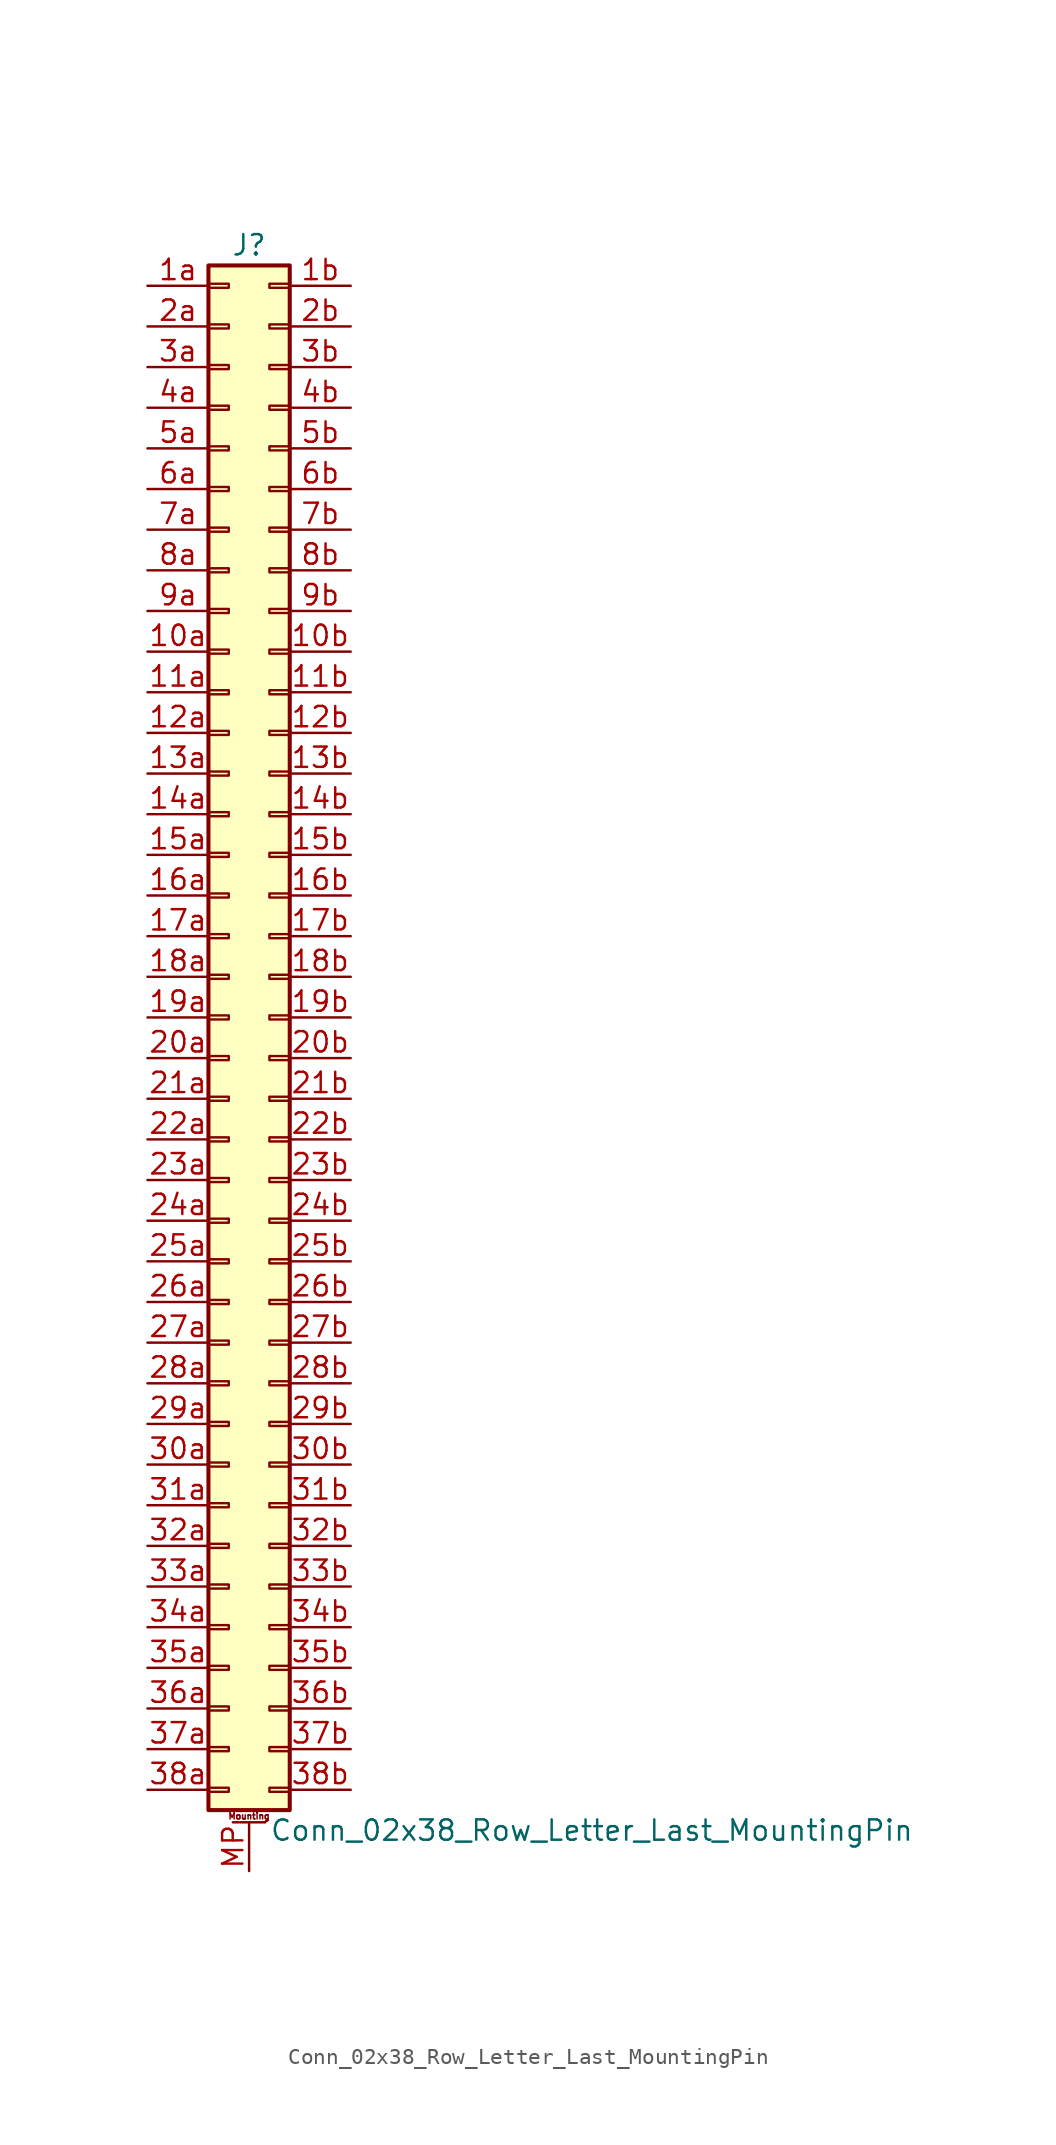
<source format=kicad_sym>
(kicad_symbol_lib
  (version 20211014)
  (generator kicad_symbol_editor)
  (symbol "Conn_02x38_Row_Letter_Last_MountingPin"
    (pin_names
      (offset 1.016) hide)
    (property "Reference" "J"
      (at 1.27 48.26 0)
      (effects (font (size 1.27 1.27))))
    (property "Value" "Conn_02x38_Row_Letter_Last_MountingPin"
      (at 2.54 -50.8 0)
      (effects (font (size 1.27 1.27)) (justify left)))
    (symbol "Conn_02x38_Row_Letter_Last_MountingPin_1_1"
      (rectangle (start -1.27 -48.133) (end 0 -48.387) (stroke (width 0.152) (type default) (color 0 0 0 0)) (fill (type none)))
      (rectangle (start -1.27 -45.593) (end 0 -45.847) (stroke (width 0.152) (type default) (color 0 0 0 0)) (fill (type none)))
      (rectangle (start -1.27 -43.053) (end 0 -43.307) (stroke (width 0.152) (type default) (color 0 0 0 0)) (fill (type none)))
      (rectangle (start -1.27 -40.513) (end 0 -40.767) (stroke (width 0.152) (type default) (color 0 0 0 0)) (fill (type none)))
      (rectangle (start -1.27 -37.973) (end 0 -38.227) (stroke (width 0.152) (type default) (color 0 0 0 0)) (fill (type none)))
      (rectangle (start -1.27 -35.433) (end 0 -35.687) (stroke (width 0.152) (type default) (color 0 0 0 0)) (fill (type none)))
      (rectangle (start -1.27 -32.893) (end 0 -33.147) (stroke (width 0.152) (type default) (color 0 0 0 0)) (fill (type none)))
      (rectangle (start -1.27 -30.353) (end 0 -30.607) (stroke (width 0.152) (type default) (color 0 0 0 0)) (fill (type none)))
      (rectangle (start -1.27 -27.813) (end 0 -28.067) (stroke (width 0.152) (type default) (color 0 0 0 0)) (fill (type none)))
      (rectangle (start -1.27 -25.273) (end 0 -25.527) (stroke (width 0.152) (type default) (color 0 0 0 0)) (fill (type none)))
      (rectangle (start -1.27 -22.733) (end 0 -22.987) (stroke (width 0.152) (type default) (color 0 0 0 0)) (fill (type none)))
      (rectangle (start -1.27 -20.193) (end 0 -20.447) (stroke (width 0.152) (type default) (color 0 0 0 0)) (fill (type none)))
      (rectangle (start -1.27 -17.653) (end 0 -17.907) (stroke (width 0.152) (type default) (color 0 0 0 0)) (fill (type none)))
      (rectangle (start -1.27 -15.113) (end 0 -15.367) (stroke (width 0.152) (type default) (color 0 0 0 0)) (fill (type none)))
      (rectangle (start -1.27 -12.573) (end 0 -12.827) (stroke (width 0.152) (type default) (color 0 0 0 0)) (fill (type none)))
      (rectangle (start -1.27 -10.033) (end 0 -10.287) (stroke (width 0.152) (type default) (color 0 0 0 0)) (fill (type none)))
      (rectangle (start -1.27 -7.493) (end 0 -7.747) (stroke (width 0.152) (type default) (color 0 0 0 0)) (fill (type none)))
      (rectangle (start -1.27 -4.953) (end 0 -5.207) (stroke (width 0.152) (type default) (color 0 0 0 0)) (fill (type none)))
      (rectangle (start -1.27 -2.413) (end 0 -2.667) (stroke (width 0.152) (type default) (color 0 0 0 0)) (fill (type none)))
      (rectangle (start -1.27 0.127) (end 0 -0.127) (stroke (width 0.152) (type default) (color 0 0 0 0)) (fill (type none)))
      (rectangle (start -1.27 2.667) (end 0 2.413) (stroke (width 0.152) (type default) (color 0 0 0 0)) (fill (type none)))
      (rectangle (start -1.27 5.207) (end 0 4.953) (stroke (width 0.152) (type default) (color 0 0 0 0)) (fill (type none)))
      (rectangle (start -1.27 7.747) (end 0 7.493) (stroke (width 0.152) (type default) (color 0 0 0 0)) (fill (type none)))
      (rectangle (start -1.27 10.287) (end 0 10.033) (stroke (width 0.152) (type default) (color 0 0 0 0)) (fill (type none)))
      (rectangle (start -1.27 12.827) (end 0 12.573) (stroke (width 0.152) (type default) (color 0 0 0 0)) (fill (type none)))
      (rectangle (start -1.27 15.367) (end 0 15.113) (stroke (width 0.152) (type default) (color 0 0 0 0)) (fill (type none)))
      (rectangle (start -1.27 17.907) (end 0 17.653) (stroke (width 0.152) (type default) (color 0 0 0 0)) (fill (type none)))
      (rectangle (start -1.27 20.447) (end 0 20.193) (stroke (width 0.152) (type default) (color 0 0 0 0)) (fill (type none)))
      (rectangle (start -1.27 22.987) (end 0 22.733) (stroke (width 0.152) (type default) (color 0 0 0 0)) (fill (type none)))
      (rectangle (start -1.27 25.527) (end 0 25.273) (stroke (width 0.152) (type default) (color 0 0 0 0)) (fill (type none)))
      (rectangle (start -1.27 28.067) (end 0 27.813) (stroke (width 0.152) (type default) (color 0 0 0 0)) (fill (type none)))
      (rectangle (start -1.27 30.607) (end 0 30.353) (stroke (width 0.152) (type default) (color 0 0 0 0)) (fill (type none)))
      (rectangle (start -1.27 33.147) (end 0 32.893) (stroke (width 0.152) (type default) (color 0 0 0 0)) (fill (type none)))
      (rectangle (start -1.27 35.687) (end 0 35.433) (stroke (width 0.152) (type default) (color 0 0 0 0)) (fill (type none)))
      (rectangle (start -1.27 38.227) (end 0 37.973) (stroke (width 0.152) (type default) (color 0 0 0 0)) (fill (type none)))
      (rectangle (start -1.27 40.767) (end 0 40.513) (stroke (width 0.152) (type default) (color 0 0 0 0)) (fill (type none)))
      (rectangle (start -1.27 43.307) (end 0 43.053) (stroke (width 0.152) (type default) (color 0 0 0 0)) (fill (type none)))
      (rectangle (start -1.27 45.847) (end 0 45.593) (stroke (width 0.152) (type default) (color 0 0 0 0)) (fill (type none)))
      (rectangle (start -1.27 46.99) (end 3.81 -49.53) (stroke (width 0.254) (type default) (color 0 0 0 0)) (fill (type background)))
      (polyline (pts (xy 0.254 -50.292) (xy 2.286 -50.292)) (stroke (width 0.152) (type default) (color 0 0 0 0)) (fill (type none)))
      (rectangle (start 3.81 -48.133) (end 2.54 -48.387) (stroke (width 0.152) (type default) (color 0 0 0 0)) (fill (type none)))
      (rectangle (start 3.81 -45.593) (end 2.54 -45.847) (stroke (width 0.152) (type default) (color 0 0 0 0)) (fill (type none)))
      (rectangle (start 3.81 -43.053) (end 2.54 -43.307) (stroke (width 0.152) (type default) (color 0 0 0 0)) (fill (type none)))
      (rectangle (start 3.81 -40.513) (end 2.54 -40.767) (stroke (width 0.152) (type default) (color 0 0 0 0)) (fill (type none)))
      (rectangle (start 3.81 -37.973) (end 2.54 -38.227) (stroke (width 0.152) (type default) (color 0 0 0 0)) (fill (type none)))
      (rectangle (start 3.81 -35.433) (end 2.54 -35.687) (stroke (width 0.152) (type default) (color 0 0 0 0)) (fill (type none)))
      (rectangle (start 3.81 -32.893) (end 2.54 -33.147) (stroke (width 0.152) (type default) (color 0 0 0 0)) (fill (type none)))
      (rectangle (start 3.81 -30.353) (end 2.54 -30.607) (stroke (width 0.152) (type default) (color 0 0 0 0)) (fill (type none)))
      (rectangle (start 3.81 -27.813) (end 2.54 -28.067) (stroke (width 0.152) (type default) (color 0 0 0 0)) (fill (type none)))
      (rectangle (start 3.81 -25.273) (end 2.54 -25.527) (stroke (width 0.152) (type default) (color 0 0 0 0)) (fill (type none)))
      (rectangle (start 3.81 -22.733) (end 2.54 -22.987) (stroke (width 0.152) (type default) (color 0 0 0 0)) (fill (type none)))
      (rectangle (start 3.81 -20.193) (end 2.54 -20.447) (stroke (width 0.152) (type default) (color 0 0 0 0)) (fill (type none)))
      (rectangle (start 3.81 -17.653) (end 2.54 -17.907) (stroke (width 0.152) (type default) (color 0 0 0 0)) (fill (type none)))
      (rectangle (start 3.81 -15.113) (end 2.54 -15.367) (stroke (width 0.152) (type default) (color 0 0 0 0)) (fill (type none)))
      (rectangle (start 3.81 -12.573) (end 2.54 -12.827) (stroke (width 0.152) (type default) (color 0 0 0 0)) (fill (type none)))
      (rectangle (start 3.81 -10.033) (end 2.54 -10.287) (stroke (width 0.152) (type default) (color 0 0 0 0)) (fill (type none)))
      (rectangle (start 3.81 -7.493) (end 2.54 -7.747) (stroke (width 0.152) (type default) (color 0 0 0 0)) (fill (type none)))
      (rectangle (start 3.81 -4.953) (end 2.54 -5.207) (stroke (width 0.152) (type default) (color 0 0 0 0)) (fill (type none)))
      (rectangle (start 3.81 -2.413) (end 2.54 -2.667) (stroke (width 0.152) (type default) (color 0 0 0 0)) (fill (type none)))
      (rectangle (start 3.81 0.127) (end 2.54 -0.127) (stroke (width 0.152) (type default) (color 0 0 0 0)) (fill (type none)))
      (rectangle (start 3.81 2.667) (end 2.54 2.413) (stroke (width 0.152) (type default) (color 0 0 0 0)) (fill (type none)))
      (rectangle (start 3.81 5.207) (end 2.54 4.953) (stroke (width 0.152) (type default) (color 0 0 0 0)) (fill (type none)))
      (rectangle (start 3.81 7.747) (end 2.54 7.493) (stroke (width 0.152) (type default) (color 0 0 0 0)) (fill (type none)))
      (rectangle (start 3.81 10.287) (end 2.54 10.033) (stroke (width 0.152) (type default) (color 0 0 0 0)) (fill (type none)))
      (rectangle (start 3.81 12.827) (end 2.54 12.573) (stroke (width 0.152) (type default) (color 0 0 0 0)) (fill (type none)))
      (rectangle (start 3.81 15.367) (end 2.54 15.113) (stroke (width 0.152) (type default) (color 0 0 0 0)) (fill (type none)))
      (rectangle (start 3.81 17.907) (end 2.54 17.653) (stroke (width 0.152) (type default) (color 0 0 0 0)) (fill (type none)))
      (rectangle (start 3.81 20.447) (end 2.54 20.193) (stroke (width 0.152) (type default) (color 0 0 0 0)) (fill (type none)))
      (rectangle (start 3.81 22.987) (end 2.54 22.733) (stroke (width 0.152) (type default) (color 0 0 0 0)) (fill (type none)))
      (rectangle (start 3.81 25.527) (end 2.54 25.273) (stroke (width 0.152) (type default) (color 0 0 0 0)) (fill (type none)))
      (rectangle (start 3.81 28.067) (end 2.54 27.813) (stroke (width 0.152) (type default) (color 0 0 0 0)) (fill (type none)))
      (rectangle (start 3.81 30.607) (end 2.54 30.353) (stroke (width 0.152) (type default) (color 0 0 0 0)) (fill (type none)))
      (rectangle (start 3.81 33.147) (end 2.54 32.893) (stroke (width 0.152) (type default) (color 0 0 0 0)) (fill (type none)))
      (rectangle (start 3.81 35.687) (end 2.54 35.433) (stroke (width 0.152) (type default) (color 0 0 0 0)) (fill (type none)))
      (rectangle (start 3.81 38.227) (end 2.54 37.973) (stroke (width 0.152) (type default) (color 0 0 0 0)) (fill (type none)))
      (rectangle (start 3.81 40.767) (end 2.54 40.513) (stroke (width 0.152) (type default) (color 0 0 0 0)) (fill (type none)))
      (rectangle (start 3.81 43.307) (end 2.54 43.053) (stroke (width 0.152) (type default) (color 0 0 0 0)) (fill (type none)))
      (rectangle (start 3.81 45.847) (end 2.54 45.593) (stroke (width 0.152) (type default) (color 0 0 0 0)) (fill (type none)))
      (text "Mounting" (at 1.27 -49.911 0) (effects (font (size 0.381 0.381))))
      (pin passive line (at -5.08 22.86 0) (length 3.81) (name "Pin_10a" (effects (font (size 1.27 1.27)))) (number "10a" (effects (font (size 1.27 1.27)))))
      (pin passive line (at 7.62 22.86 180) (length 3.81) (name "Pin_10b" (effects (font (size 1.27 1.27)))) (number "10b" (effects (font (size 1.27 1.27)))))
      (pin passive line (at -5.08 20.32 0) (length 3.81) (name "Pin_11a" (effects (font (size 1.27 1.27)))) (number "11a" (effects (font (size 1.27 1.27)))))
      (pin passive line (at 7.62 20.32 180) (length 3.81) (name "Pin_11b" (effects (font (size 1.27 1.27)))) (number "11b" (effects (font (size 1.27 1.27)))))
      (pin passive line (at -5.08 17.78 0) (length 3.81) (name "Pin_12a" (effects (font (size 1.27 1.27)))) (number "12a" (effects (font (size 1.27 1.27)))))
      (pin passive line (at 7.62 17.78 180) (length 3.81) (name "Pin_12b" (effects (font (size 1.27 1.27)))) (number "12b" (effects (font (size 1.27 1.27)))))
      (pin passive line (at -5.08 15.24 0) (length 3.81) (name "Pin_13a" (effects (font (size 1.27 1.27)))) (number "13a" (effects (font (size 1.27 1.27)))))
      (pin passive line (at 7.62 15.24 180) (length 3.81) (name "Pin_13b" (effects (font (size 1.27 1.27)))) (number "13b" (effects (font (size 1.27 1.27)))))
      (pin passive line (at -5.08 12.7 0) (length 3.81) (name "Pin_14a" (effects (font (size 1.27 1.27)))) (number "14a" (effects (font (size 1.27 1.27)))))
      (pin passive line (at 7.62 12.7 180) (length 3.81) (name "Pin_14b" (effects (font (size 1.27 1.27)))) (number "14b" (effects (font (size 1.27 1.27)))))
      (pin passive line (at -5.08 10.16 0) (length 3.81) (name "Pin_15a" (effects (font (size 1.27 1.27)))) (number "15a" (effects (font (size 1.27 1.27)))))
      (pin passive line (at 7.62 10.16 180) (length 3.81) (name "Pin_15b" (effects (font (size 1.27 1.27)))) (number "15b" (effects (font (size 1.27 1.27)))))
      (pin passive line (at -5.08 7.62 0) (length 3.81) (name "Pin_16a" (effects (font (size 1.27 1.27)))) (number "16a" (effects (font (size 1.27 1.27)))))
      (pin passive line (at 7.62 7.62 180) (length 3.81) (name "Pin_16b" (effects (font (size 1.27 1.27)))) (number "16b" (effects (font (size 1.27 1.27)))))
      (pin passive line (at -5.08 5.08 0) (length 3.81) (name "Pin_17a" (effects (font (size 1.27 1.27)))) (number "17a" (effects (font (size 1.27 1.27)))))
      (pin passive line (at 7.62 5.08 180) (length 3.81) (name "Pin_17b" (effects (font (size 1.27 1.27)))) (number "17b" (effects (font (size 1.27 1.27)))))
      (pin passive line (at -5.08 2.54 0) (length 3.81) (name "Pin_18a" (effects (font (size 1.27 1.27)))) (number "18a" (effects (font (size 1.27 1.27)))))
      (pin passive line (at 7.62 2.54 180) (length 3.81) (name "Pin_18b" (effects (font (size 1.27 1.27)))) (number "18b" (effects (font (size 1.27 1.27)))))
      (pin passive line (at -5.08 0 0) (length 3.81) (name "Pin_19a" (effects (font (size 1.27 1.27)))) (number "19a" (effects (font (size 1.27 1.27)))))
      (pin passive line (at 7.62 0 180) (length 3.81) (name "Pin_19b" (effects (font (size 1.27 1.27)))) (number "19b" (effects (font (size 1.27 1.27)))))
      (pin passive line (at -5.08 45.72 0) (length 3.81) (name "Pin_1a" (effects (font (size 1.27 1.27)))) (number "1a" (effects (font (size 1.27 1.27)))))
      (pin passive line (at 7.62 45.72 180) (length 3.81) (name "Pin_1b" (effects (font (size 1.27 1.27)))) (number "1b" (effects (font (size 1.27 1.27)))))
      (pin passive line (at -5.08 -2.54 0) (length 3.81) (name "Pin_20a" (effects (font (size 1.27 1.27)))) (number "20a" (effects (font (size 1.27 1.27)))))
      (pin passive line (at 7.62 -2.54 180) (length 3.81) (name "Pin_20b" (effects (font (size 1.27 1.27)))) (number "20b" (effects (font (size 1.27 1.27)))))
      (pin passive line (at -5.08 -5.08 0) (length 3.81) (name "Pin_21a" (effects (font (size 1.27 1.27)))) (number "21a" (effects (font (size 1.27 1.27)))))
      (pin passive line (at 7.62 -5.08 180) (length 3.81) (name "Pin_21b" (effects (font (size 1.27 1.27)))) (number "21b" (effects (font (size 1.27 1.27)))))
      (pin passive line (at -5.08 -7.62 0) (length 3.81) (name "Pin_22a" (effects (font (size 1.27 1.27)))) (number "22a" (effects (font (size 1.27 1.27)))))
      (pin passive line (at 7.62 -7.62 180) (length 3.81) (name "Pin_22b" (effects (font (size 1.27 1.27)))) (number "22b" (effects (font (size 1.27 1.27)))))
      (pin passive line (at -5.08 -10.16 0) (length 3.81) (name "Pin_23a" (effects (font (size 1.27 1.27)))) (number "23a" (effects (font (size 1.27 1.27)))))
      (pin passive line (at 7.62 -10.16 180) (length 3.81) (name "Pin_23b" (effects (font (size 1.27 1.27)))) (number "23b" (effects (font (size 1.27 1.27)))))
      (pin passive line (at -5.08 -12.7 0) (length 3.81) (name "Pin_24a" (effects (font (size 1.27 1.27)))) (number "24a" (effects (font (size 1.27 1.27)))))
      (pin passive line (at 7.62 -12.7 180) (length 3.81) (name "Pin_24b" (effects (font (size 1.27 1.27)))) (number "24b" (effects (font (size 1.27 1.27)))))
      (pin passive line (at -5.08 -15.24 0) (length 3.81) (name "Pin_25a" (effects (font (size 1.27 1.27)))) (number "25a" (effects (font (size 1.27 1.27)))))
      (pin passive line (at 7.62 -15.24 180) (length 3.81) (name "Pin_25b" (effects (font (size 1.27 1.27)))) (number "25b" (effects (font (size 1.27 1.27)))))
      (pin passive line (at -5.08 -17.78 0) (length 3.81) (name "Pin_26a" (effects (font (size 1.27 1.27)))) (number "26a" (effects (font (size 1.27 1.27)))))
      (pin passive line (at 7.62 -17.78 180) (length 3.81) (name "Pin_26b" (effects (font (size 1.27 1.27)))) (number "26b" (effects (font (size 1.27 1.27)))))
      (pin passive line (at -5.08 -20.32 0) (length 3.81) (name "Pin_27a" (effects (font (size 1.27 1.27)))) (number "27a" (effects (font (size 1.27 1.27)))))
      (pin passive line (at 7.62 -20.32 180) (length 3.81) (name "Pin_27b" (effects (font (size 1.27 1.27)))) (number "27b" (effects (font (size 1.27 1.27)))))
      (pin passive line (at -5.08 -22.86 0) (length 3.81) (name "Pin_28a" (effects (font (size 1.27 1.27)))) (number "28a" (effects (font (size 1.27 1.27)))))
      (pin passive line (at 7.62 -22.86 180) (length 3.81) (name "Pin_28b" (effects (font (size 1.27 1.27)))) (number "28b" (effects (font (size 1.27 1.27)))))
      (pin passive line (at -5.08 -25.4 0) (length 3.81) (name "Pin_29a" (effects (font (size 1.27 1.27)))) (number "29a" (effects (font (size 1.27 1.27)))))
      (pin passive line (at 7.62 -25.4 180) (length 3.81) (name "Pin_29b" (effects (font (size 1.27 1.27)))) (number "29b" (effects (font (size 1.27 1.27)))))
      (pin passive line (at -5.08 43.18 0) (length 3.81) (name "Pin_2a" (effects (font (size 1.27 1.27)))) (number "2a" (effects (font (size 1.27 1.27)))))
      (pin passive line (at 7.62 43.18 180) (length 3.81) (name "Pin_2b" (effects (font (size 1.27 1.27)))) (number "2b" (effects (font (size 1.27 1.27)))))
      (pin passive line (at -5.08 -27.94 0) (length 3.81) (name "Pin_30a" (effects (font (size 1.27 1.27)))) (number "30a" (effects (font (size 1.27 1.27)))))
      (pin passive line (at 7.62 -27.94 180) (length 3.81) (name "Pin_30b" (effects (font (size 1.27 1.27)))) (number "30b" (effects (font (size 1.27 1.27)))))
      (pin passive line (at -5.08 -30.48 0) (length 3.81) (name "Pin_31a" (effects (font (size 1.27 1.27)))) (number "31a" (effects (font (size 1.27 1.27)))))
      (pin passive line (at 7.62 -30.48 180) (length 3.81) (name "Pin_31b" (effects (font (size 1.27 1.27)))) (number "31b" (effects (font (size 1.27 1.27)))))
      (pin passive line (at -5.08 -33.02 0) (length 3.81) (name "Pin_32a" (effects (font (size 1.27 1.27)))) (number "32a" (effects (font (size 1.27 1.27)))))
      (pin passive line (at 7.62 -33.02 180) (length 3.81) (name "Pin_32b" (effects (font (size 1.27 1.27)))) (number "32b" (effects (font (size 1.27 1.27)))))
      (pin passive line (at -5.08 -35.56 0) (length 3.81) (name "Pin_33a" (effects (font (size 1.27 1.27)))) (number "33a" (effects (font (size 1.27 1.27)))))
      (pin passive line (at 7.62 -35.56 180) (length 3.81) (name "Pin_33b" (effects (font (size 1.27 1.27)))) (number "33b" (effects (font (size 1.27 1.27)))))
      (pin passive line (at -5.08 -38.1 0) (length 3.81) (name "Pin_34a" (effects (font (size 1.27 1.27)))) (number "34a" (effects (font (size 1.27 1.27)))))
      (pin passive line (at 7.62 -38.1 180) (length 3.81) (name "Pin_34b" (effects (font (size 1.27 1.27)))) (number "34b" (effects (font (size 1.27 1.27)))))
      (pin passive line (at -5.08 -40.64 0) (length 3.81) (name "Pin_35a" (effects (font (size 1.27 1.27)))) (number "35a" (effects (font (size 1.27 1.27)))))
      (pin passive line (at 7.62 -40.64 180) (length 3.81) (name "Pin_35b" (effects (font (size 1.27 1.27)))) (number "35b" (effects (font (size 1.27 1.27)))))
      (pin passive line (at -5.08 -43.18 0) (length 3.81) (name "Pin_36a" (effects (font (size 1.27 1.27)))) (number "36a" (effects (font (size 1.27 1.27)))))
      (pin passive line (at 7.62 -43.18 180) (length 3.81) (name "Pin_36b" (effects (font (size 1.27 1.27)))) (number "36b" (effects (font (size 1.27 1.27)))))
      (pin passive line (at -5.08 -45.72 0) (length 3.81) (name "Pin_37a" (effects (font (size 1.27 1.27)))) (number "37a" (effects (font (size 1.27 1.27)))))
      (pin passive line (at 7.62 -45.72 180) (length 3.81) (name "Pin_37b" (effects (font (size 1.27 1.27)))) (number "37b" (effects (font (size 1.27 1.27)))))
      (pin passive line (at -5.08 -48.26 0) (length 3.81) (name "Pin_38a" (effects (font (size 1.27 1.27)))) (number "38a" (effects (font (size 1.27 1.27)))))
      (pin passive line (at 7.62 -48.26 180) (length 3.81) (name "Pin_38b" (effects (font (size 1.27 1.27)))) (number "38b" (effects (font (size 1.27 1.27)))))
      (pin passive line (at -5.08 40.64 0) (length 3.81) (name "Pin_3a" (effects (font (size 1.27 1.27)))) (number "3a" (effects (font (size 1.27 1.27)))))
      (pin passive line (at 7.62 40.64 180) (length 3.81) (name "Pin_3b" (effects (font (size 1.27 1.27)))) (number "3b" (effects (font (size 1.27 1.27)))))
      (pin passive line (at -5.08 38.1 0) (length 3.81) (name "Pin_4a" (effects (font (size 1.27 1.27)))) (number "4a" (effects (font (size 1.27 1.27)))))
      (pin passive line (at 7.62 38.1 180) (length 3.81) (name "Pin_4b" (effects (font (size 1.27 1.27)))) (number "4b" (effects (font (size 1.27 1.27)))))
      (pin passive line (at -5.08 35.56 0) (length 3.81) (name "Pin_5a" (effects (font (size 1.27 1.27)))) (number "5a" (effects (font (size 1.27 1.27)))))
      (pin passive line (at 7.62 35.56 180) (length 3.81) (name "Pin_5b" (effects (font (size 1.27 1.27)))) (number "5b" (effects (font (size 1.27 1.27)))))
      (pin passive line (at -5.08 33.02 0) (length 3.81) (name "Pin_6a" (effects (font (size 1.27 1.27)))) (number "6a" (effects (font (size 1.27 1.27)))))
      (pin passive line (at 7.62 33.02 180) (length 3.81) (name "Pin_6b" (effects (font (size 1.27 1.27)))) (number "6b" (effects (font (size 1.27 1.27)))))
      (pin passive line (at -5.08 30.48 0) (length 3.81) (name "Pin_7a" (effects (font (size 1.27 1.27)))) (number "7a" (effects (font (size 1.27 1.27)))))
      (pin passive line (at 7.62 30.48 180) (length 3.81) (name "Pin_7b" (effects (font (size 1.27 1.27)))) (number "7b" (effects (font (size 1.27 1.27)))))
      (pin passive line (at -5.08 27.94 0) (length 3.81) (name "Pin_8a" (effects (font (size 1.27 1.27)))) (number "8a" (effects (font (size 1.27 1.27)))))
      (pin passive line (at 7.62 27.94 180) (length 3.81) (name "Pin_8b" (effects (font (size 1.27 1.27)))) (number "8b" (effects (font (size 1.27 1.27)))))
      (pin passive line (at -5.08 25.4 0) (length 3.81) (name "Pin_9a" (effects (font (size 1.27 1.27)))) (number "9a" (effects (font (size 1.27 1.27)))))
      (pin passive line (at 7.62 25.4 180) (length 3.81) (name "Pin_9b" (effects (font (size 1.27 1.27)))) (number "9b" (effects (font (size 1.27 1.27)))))
      (pin passive line (at 1.27 -53.34 90) (length 3.048) (name "MountPin" (effects (font (size 1.27 1.27)))) (number "MP" (effects (font (size 1.27 1.27))))))))
</source>
